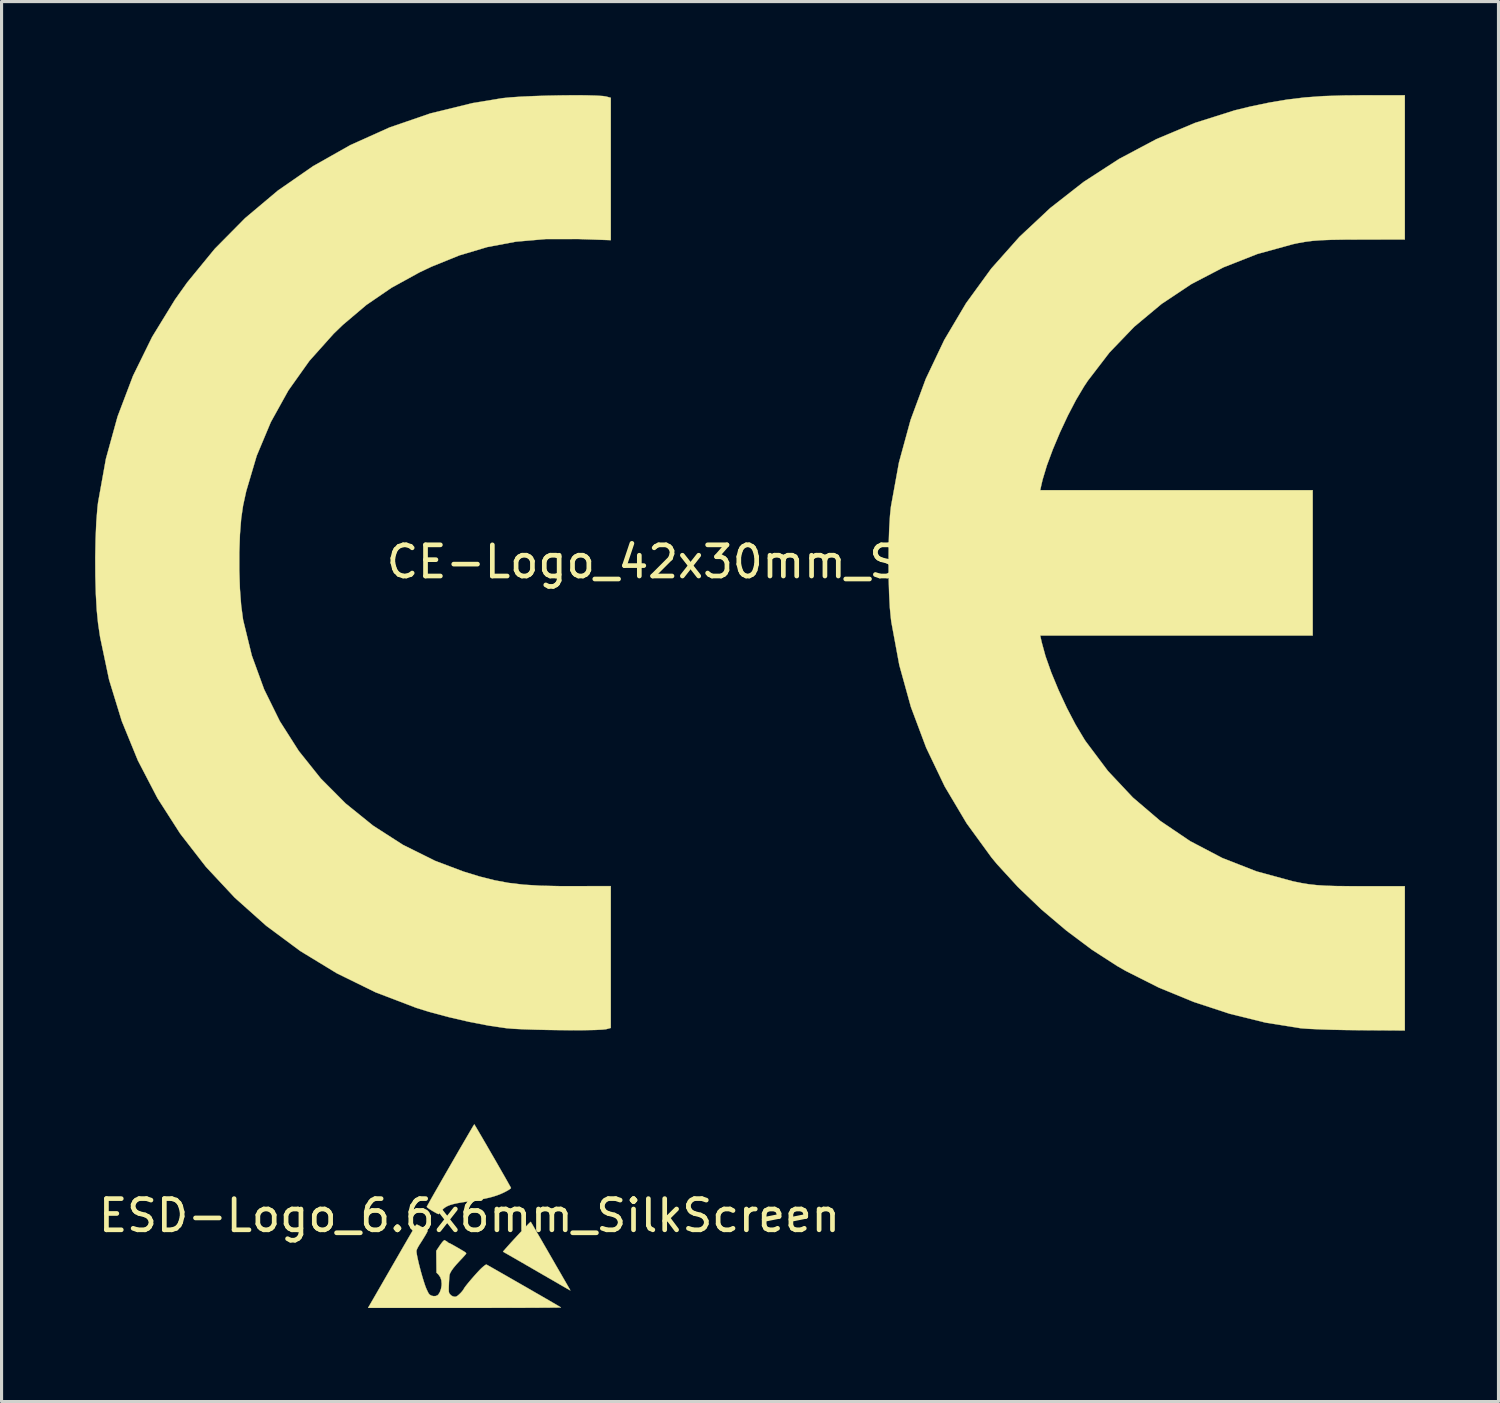
<source format=kicad_pcb>
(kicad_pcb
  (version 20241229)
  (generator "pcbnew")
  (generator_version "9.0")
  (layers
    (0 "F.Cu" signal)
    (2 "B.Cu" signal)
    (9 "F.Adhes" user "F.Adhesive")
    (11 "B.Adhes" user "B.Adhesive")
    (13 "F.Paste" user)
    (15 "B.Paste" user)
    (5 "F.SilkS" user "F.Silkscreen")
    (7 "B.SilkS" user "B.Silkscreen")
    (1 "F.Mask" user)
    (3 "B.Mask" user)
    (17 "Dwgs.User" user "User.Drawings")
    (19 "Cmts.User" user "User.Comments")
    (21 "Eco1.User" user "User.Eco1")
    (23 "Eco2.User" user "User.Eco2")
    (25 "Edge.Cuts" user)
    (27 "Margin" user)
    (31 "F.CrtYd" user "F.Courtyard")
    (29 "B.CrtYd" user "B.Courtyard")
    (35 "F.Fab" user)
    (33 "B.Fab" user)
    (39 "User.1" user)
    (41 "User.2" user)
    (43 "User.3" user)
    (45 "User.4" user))
  (footprint "ESD-Logo_6.6x6mm_SilkScreen"
    (layer "F.Cu")
    (at 12.006 35.937)
    (property "Reference" "ESD-Logo_6.6x6mm_SilkScreen" (at 0 0 0) (layer "F.SilkS") (effects (font (size 1 1) (thickness 0.15))))
    (attr exclude_from_pos_files exclude_from_bom)
    (fp_poly (pts (xy 1.988 0.235) (xy 1.999 0.254) (xy 2.024 0.297) (xy 2.063 0.364) (xy 2.113 0.45) (xy 2.174 0.555) (xy 2.244 0.675) (xy 2.321 0.809) (xy 2.405 0.955) (xy 2.495 1.11) (xy 2.587 1.27) (xy 2.681 1.433) (xy 2.771 1.59) (xy 2.857 1.738) (xy 2.936 1.874) (xy 3.007 1.998) (xy 3.069 2.105) (xy 3.121 2.195) (xy 3.161 2.265) (xy 3.189 2.313) (xy 3.202 2.335) (xy 3.223 2.372) (xy 3.234 2.396) (xy 3.235 2.4) (xy 3.221 2.392) (xy 3.182 2.37) (xy 3.12 2.335) (xy 3.038 2.288) (xy 2.937 2.23) (xy 2.82 2.162) (xy 2.688 2.085) (xy 2.543 2.002) (xy 2.387 1.912) (xy 2.223 1.817) (xy 2.161 1.781) (xy 1.993 1.684) (xy 1.834 1.592) (xy 1.684 1.505) (xy 1.546 1.426) (xy 1.422 1.354) (xy 1.314 1.292) (xy 1.223 1.24) (xy 1.153 1.2) (xy 1.104 1.172) (xy 1.08 1.158) (xy 1.077 1.157) (xy 1.085 1.145) (xy 1.111 1.114) (xy 1.153 1.066) (xy 1.208 1.004) (xy 1.274 0.93) (xy 1.347 0.849) (xy 1.426 0.763) (xy 1.508 0.674) (xy 1.589 0.586) (xy 1.668 0.502) (xy 1.741 0.423) (xy 1.807 0.354) (xy 1.862 0.298) (xy 1.903 0.256) (xy 1.917 0.242) (xy 1.964 0.198) (xy 1.988 0.235)) (stroke (width 0.01) (type solid)) (fill yes) (layer "F.SilkS"))
    (fp_poly (pts (xy 0.164 -2.914) (xy 0.187 -2.877) (xy 0.223 -2.817) (xy 0.269 -2.739) (xy 0.325 -2.643) (xy 0.389 -2.534) (xy 0.46 -2.412) (xy 0.536 -2.282) (xy 0.615 -2.144) (xy 0.697 -2.002) (xy 0.78 -1.859) (xy 0.862 -1.717) (xy 0.942 -1.577) (xy 1.018 -1.444) (xy 1.09 -1.319) (xy 1.155 -1.205) (xy 1.212 -1.105) (xy 1.259 -1.02) (xy 1.296 -0.954) (xy 1.321 -0.909) (xy 1.332 -0.888) (xy 1.332 -0.886) (xy 1.319 -0.868) (xy 1.281 -0.84) (xy 1.224 -0.805) (xy 1.152 -0.766) (xy 1.077 -0.729) (xy 0.975 -0.684) (xy 0.867 -0.644) (xy 0.75 -0.607) (xy 0.621 -0.573) (xy 0.475 -0.541) (xy 0.309 -0.51) (xy 0.119 -0.479) (xy -0.078 -0.45) (xy -0.248 -0.424) (xy -0.391 -0.399) (xy -0.511 -0.372) (xy -0.61 -0.344) (xy -0.693 -0.312) (xy -0.763 -0.275) (xy -0.823 -0.231) (xy -0.878 -0.181) (xy -0.896 -0.162) (xy -0.934 -0.119) (xy -0.962 -0.083) (xy -0.975 -0.062) (xy -0.976 -0.061) (xy -0.98 -0.05) (xy -0.996 -0.05) (xy -1.027 -0.062) (xy -1.075 -0.087) (xy -1.144 -0.126) (xy -1.193 -0.154) (xy -1.264 -0.199) (xy -1.32 -0.237) (xy -1.356 -0.266) (xy -1.369 -0.283) (xy -1.369 -0.283) (xy -1.361 -0.299) (xy -1.339 -0.34) (xy -1.304 -0.402) (xy -1.258 -0.485) (xy -1.201 -0.586) (xy -1.135 -0.702) (xy -1.061 -0.831) (xy -0.98 -0.972) (xy -0.895 -1.122) (xy -0.805 -1.278) (xy -0.713 -1.438) (xy -0.619 -1.601) (xy -0.525 -1.764) (xy -0.432 -1.925) (xy -0.342 -2.082) (xy -0.255 -2.231) (xy -0.173 -2.372) (xy -0.097 -2.502) (xy -0.029 -2.619) (xy 0.03 -2.72) (xy 0.079 -2.804) (xy 0.117 -2.868) (xy 0.143 -2.909) (xy 0.154 -2.927) (xy 0.155 -2.927) (xy 0.164 -2.914)) (stroke (width 0.01) (type solid)) (fill yes) (layer "F.SilkS"))
    (fp_poly (pts (xy -1.678 0.291) (xy -1.645 0.304) (xy -1.596 0.329) (xy -1.525 0.368) (xy -1.519 0.371) (xy -1.454 0.408) (xy -1.398 0.441) (xy -1.359 0.466) (xy -1.34 0.48) (xy -1.339 0.48) (xy -1.344 0.499) (xy -1.365 0.542) (xy -1.4 0.605) (xy -1.449 0.687) (xy -1.509 0.785) (xy -1.581 0.898) (xy -1.599 0.925) (xy -1.645 1.002) (xy -1.679 1.068) (xy -1.697 1.117) (xy -1.699 1.127) (xy -1.698 1.169) (xy -1.689 1.237) (xy -1.672 1.326) (xy -1.649 1.431) (xy -1.622 1.548) (xy -1.59 1.673) (xy -1.556 1.801) (xy -1.52 1.928) (xy -1.484 2.049) (xy -1.449 2.161) (xy -1.416 2.259) (xy -1.385 2.338) (xy -1.364 2.385) (xy -1.34 2.435) (xy -1.316 2.483) (xy -1.315 2.486) (xy -1.276 2.534) (xy -1.22 2.567) (xy -1.154 2.582) (xy -1.088 2.58) (xy -1.029 2.558) (xy -0.996 2.529) (xy -0.948 2.451) (xy -0.913 2.352) (xy -0.894 2.245) (xy -0.891 2.184) (xy -0.902 2.07) (xy -0.934 1.976) (xy -0.989 1.896) (xy -1.006 1.879) (xy -1.057 1.829) (xy -1.061 1.479) (xy -1.064 1.129) (xy -0.975 0.995) (xy -0.933 0.933) (xy -0.893 0.878) (xy -0.86 0.837) (xy -0.846 0.822) (xy -0.806 0.785) (xy -0.751 0.814) (xy -0.717 0.835) (xy -0.698 0.851) (xy -0.697 0.854) (xy -0.684 0.867) (xy -0.662 0.876) (xy -0.641 0.884) (xy -0.608 0.9) (xy -0.562 0.925) (xy -0.498 0.961) (xy -0.415 1.008) (xy -0.309 1.069) (xy -0.252 1.103) (xy -0.184 1.143) (xy -0.14 1.172) (xy -0.115 1.192) (xy -0.106 1.208) (xy -0.107 1.222) (xy -0.109 1.225) (xy -0.125 1.245) (xy -0.158 1.284) (xy -0.205 1.336) (xy -0.262 1.397) (xy -0.311 1.449) (xy -0.425 1.573) (xy -0.514 1.68) (xy -0.579 1.771) (xy -0.621 1.849) (xy -0.635 1.888) (xy -0.641 1.922) (xy -0.647 1.981) (xy -0.652 2.057) (xy -0.657 2.144) (xy -0.659 2.199) (xy -0.663 2.294) (xy -0.664 2.364) (xy -0.663 2.413) (xy -0.66 2.448) (xy -0.653 2.473) (xy -0.644 2.493) (xy -0.636 2.506) (xy -0.592 2.555) (xy -0.534 2.589) (xy -0.474 2.603) (xy -0.429 2.598) (xy -0.388 2.575) (xy -0.337 2.533) (xy -0.283 2.481) (xy -0.233 2.425) (xy -0.194 2.372) (xy -0.179 2.346) (xy -0.158 2.311) (xy -0.118 2.257) (xy -0.065 2.19) (xy -0.001 2.112) (xy 0.07 2.029) (xy 0.144 1.944) (xy 0.218 1.861) (xy 0.288 1.785) (xy 0.35 1.72) (xy 0.399 1.673) (xy 0.454 1.625) (xy 0.5 1.59) (xy 0.532 1.571) (xy 0.542 1.569) (xy 0.559 1.577) (xy 0.6 1.6) (xy 0.663 1.635) (xy 0.745 1.682) (xy 0.845 1.739) (xy 0.96 1.805) (xy 1.088 1.878) (xy 1.226 1.957) (xy 1.372 2.041) (xy 1.524 2.128) (xy 1.679 2.217) (xy 1.835 2.306) (xy 1.989 2.395) (xy 2.139 2.482) (xy 2.284 2.565) (xy 2.42 2.644) (xy 2.545 2.716) (xy 2.656 2.781) (xy 2.753 2.837) (xy 2.831 2.883) (xy 2.889 2.917) (xy 2.924 2.938) (xy 2.934 2.945) (xy 2.92 2.946) (xy 2.877 2.948) (xy 2.806 2.949) (xy 2.708 2.95) (xy 2.584 2.951) (xy 2.437 2.952) (xy 2.268 2.953) (xy 2.078 2.954) (xy 1.868 2.955) (xy 1.64 2.956) (xy 1.396 2.956) (xy 1.137 2.957) (xy 0.864 2.957) (xy 0.579 2.958) (xy 0.282 2.958) (xy -0.023 2.958) (xy -0.151 2.958) (xy -3.251 2.958) (xy -3.03 2.575) (xy -2.983 2.494) (xy -2.923 2.389) (xy -2.851 2.265) (xy -2.77 2.124) (xy -2.682 1.971) (xy -2.588 1.808) (xy -2.491 1.639) (xy -2.392 1.468) (xy -2.294 1.298) (xy -2.269 1.255) (xy -2.179 1.098) (xy -2.093 0.949) (xy -2.012 0.81) (xy -1.938 0.682) (xy -1.872 0.569) (xy -1.816 0.473) (xy -1.77 0.395) (xy -1.736 0.338) (xy -1.716 0.305) (xy -1.71 0.296) (xy -1.698 0.289) (xy -1.678 0.291)) (stroke (width 0.01) (type solid)) (fill yes) (layer "F.SilkS")))
  (footprint "CE-Logo_42x30mm_SilkScreen"
    (layer "F.Cu")
    (at 21.002 14.969)
    (property "Reference" "CE-Logo_42x30mm_SilkScreen" (at 0 0 0) (layer "F.SilkS") (effects (font (size 1 1) (thickness 0.15))))
    (attr exclude_from_pos_files exclude_from_bom)
    (fp_poly (pts (xy -5.263 -14.962) (xy -4.943 -14.953) (xy -4.712 -14.939) (xy -4.611 -14.923) (xy -4.463 -14.883) (xy -4.463 -10.317) (xy -5.503 -10.353) (xy -6.544 -10.352) (xy -7.507 -10.268) (xy -8.422 -10.096) (xy -9.318 -9.829) (xy -10.224 -9.462) (xy -10.6 -9.283) (xy -11.495 -8.791) (xy -12.302 -8.239) (xy -13.058 -7.599) (xy -13.353 -7.314) (xy -14.13 -6.445) (xy -14.802 -5.499) (xy -15.366 -4.483) (xy -15.819 -3.402) (xy -16.156 -2.264) (xy -16.256 -1.805) (xy -16.317 -1.388) (xy -16.357 -0.877) (xy -16.377 -0.308) (xy -16.377 0.284) (xy -16.358 0.862) (xy -16.318 1.392) (xy -16.259 1.837) (xy -16.253 1.871) (xy -15.976 3.005) (xy -15.582 4.088) (xy -15.078 5.111) (xy -14.469 6.067) (xy -13.764 6.949) (xy -12.967 7.75) (xy -12.085 8.462) (xy -11.125 9.079) (xy -10.092 9.592) (xy -9.182 9.935) (xy -8.67 10.092) (xy -8.2 10.211) (xy -7.74 10.297) (xy -7.258 10.354) (xy -6.721 10.387) (xy -6.099 10.401) (xy -5.825 10.401) (xy -4.463 10.4) (xy -4.463 14.949) (xy -4.611 14.989) (xy -4.737 15.003) (xy -4.97 15.014) (xy -5.286 15.02) (xy -5.661 15.021) (xy -6.072 15.019) (xy -6.493 15.013) (xy -6.901 15.004) (xy -7.273 14.991) (xy -7.583 14.976) (xy -7.808 14.957) (xy -7.81 14.957) (xy -8.371 14.875) (xy -9.004 14.753) (xy -9.661 14.601) (xy -10.294 14.431) (xy -10.697 14.306) (xy -12.009 13.805) (xy -13.253 13.194) (xy -14.423 12.481) (xy -15.515 11.671) (xy -16.524 10.77) (xy -17.445 9.784) (xy -18.272 8.718) (xy -19.002 7.579) (xy -19.629 6.373) (xy -20.147 5.105) (xy -20.553 3.782) (xy -20.842 2.41) (xy -20.907 1.969) (xy -20.949 1.548) (xy -20.978 1.033) (xy -20.994 0.456) (xy -20.997 -0.144) (xy -20.986 -0.735) (xy -20.963 -1.28) (xy -20.926 -1.744) (xy -20.907 -1.903) (xy -20.655 -3.306) (xy -20.281 -4.661) (xy -19.786 -5.965) (xy -19.172 -7.215) (xy -18.44 -8.409) (xy -18.049 -8.959) (xy -17.165 -10.038) (xy -16.192 -11.022) (xy -15.139 -11.908) (xy -14.011 -12.69) (xy -12.815 -13.366) (xy -11.559 -13.931) (xy -10.248 -14.382) (xy -8.89 -14.714) (xy -7.944 -14.87) (xy -7.683 -14.896) (xy -7.342 -14.919) (xy -6.943 -14.937) (xy -6.511 -14.951) (xy -6.071 -14.96) (xy -5.647 -14.964) (xy -5.263 -14.962)) (stroke (width 0.01) (type solid)) (fill yes) (layer "F.SilkS"))
    (fp_poly (pts (xy 21.003 -12.651) (xy 21.003 -10.337) (xy 19.542 -10.336) (xy 19.036 -10.334) (xy 18.636 -10.327) (xy 18.316 -10.315) (xy 18.051 -10.295) (xy 17.816 -10.265) (xy 17.584 -10.224) (xy 17.416 -10.188) (xy 16.276 -9.874) (xy 15.188 -9.446) (xy 14.16 -8.91) (xy 13.203 -8.273) (xy 12.324 -7.539) (xy 11.532 -6.715) (xy 10.836 -5.808) (xy 10.714 -5.624) (xy 10.457 -5.192) (xy 10.195 -4.689) (xy 9.942 -4.148) (xy 9.713 -3.603) (xy 9.522 -3.088) (xy 9.386 -2.637) (xy 9.356 -2.51) (xy 9.309 -2.297) (xy 18.049 -2.297) (xy 18.049 2.363) (xy 9.309 2.363) (xy 9.356 2.576) (xy 9.48 3.029) (xy 9.666 3.555) (xy 9.899 4.117) (xy 10.162 4.683) (xy 10.441 5.217) (xy 10.721 5.685) (xy 10.768 5.757) (xy 11.481 6.707) (xy 12.281 7.559) (xy 13.162 8.311) (xy 14.12 8.959) (xy 15.15 9.499) (xy 16.247 9.928) (xy 17.405 10.244) (xy 17.434 10.25) (xy 17.694 10.303) (xy 17.935 10.342) (xy 18.181 10.369) (xy 18.46 10.387) (xy 18.799 10.398) (xy 19.224 10.402) (xy 19.575 10.403) (xy 21.003 10.403) (xy 21.003 15.03) (xy 19.575 15.021) (xy 19.119 15.016) (xy 18.674 15.007) (xy 18.268 14.993) (xy 17.931 14.978) (xy 17.69 14.961) (xy 17.655 14.957) (xy 16.537 14.778) (xy 15.387 14.494) (xy 14.236 14.116) (xy 13.116 13.656) (xy 12.058 13.123) (xy 11.781 12.964) (xy 10.97 12.441) (xy 10.147 11.825) (xy 9.344 11.145) (xy 8.595 10.428) (xy 7.931 9.703) (xy 7.749 9.484) (xy 6.949 8.385) (xy 6.248 7.206) (xy 5.651 5.959) (xy 5.163 4.656) (xy 4.79 3.31) (xy 4.535 1.931) (xy 4.523 1.838) (xy 4.488 1.482) (xy 4.464 1.032) (xy 4.449 0.521) (xy 4.445 -0.02) (xy 4.45 -0.556) (xy 4.466 -1.055) (xy 4.492 -1.485) (xy 4.522 -1.772) (xy 4.779 -3.186) (xy 5.153 -4.553) (xy 5.638 -5.865) (xy 6.232 -7.115) (xy 6.931 -8.294) (xy 7.732 -9.395) (xy 7.749 -9.416) (xy 8.644 -10.423) (xy 9.632 -11.348) (xy 10.701 -12.184) (xy 11.84 -12.922) (xy 13.036 -13.557) (xy 14.276 -14.078) (xy 15.55 -14.481) (xy 16.048 -14.602) (xy 16.662 -14.73) (xy 17.234 -14.826) (xy 17.799 -14.894) (xy 18.393 -14.937) (xy 19.055 -14.958) (xy 19.608 -14.963) (xy 21.003 -14.964) (xy 21.003 -12.651)) (stroke (width 0.01) (type solid)) (fill yes) (layer "F.SilkS")))
  (gr_rect
    (start -3 -3)
    (end 45.009 41.9)
    (stroke (width 0.1) (type default))
    (fill no)
    (layer "Edge.Cuts")))
</source>
